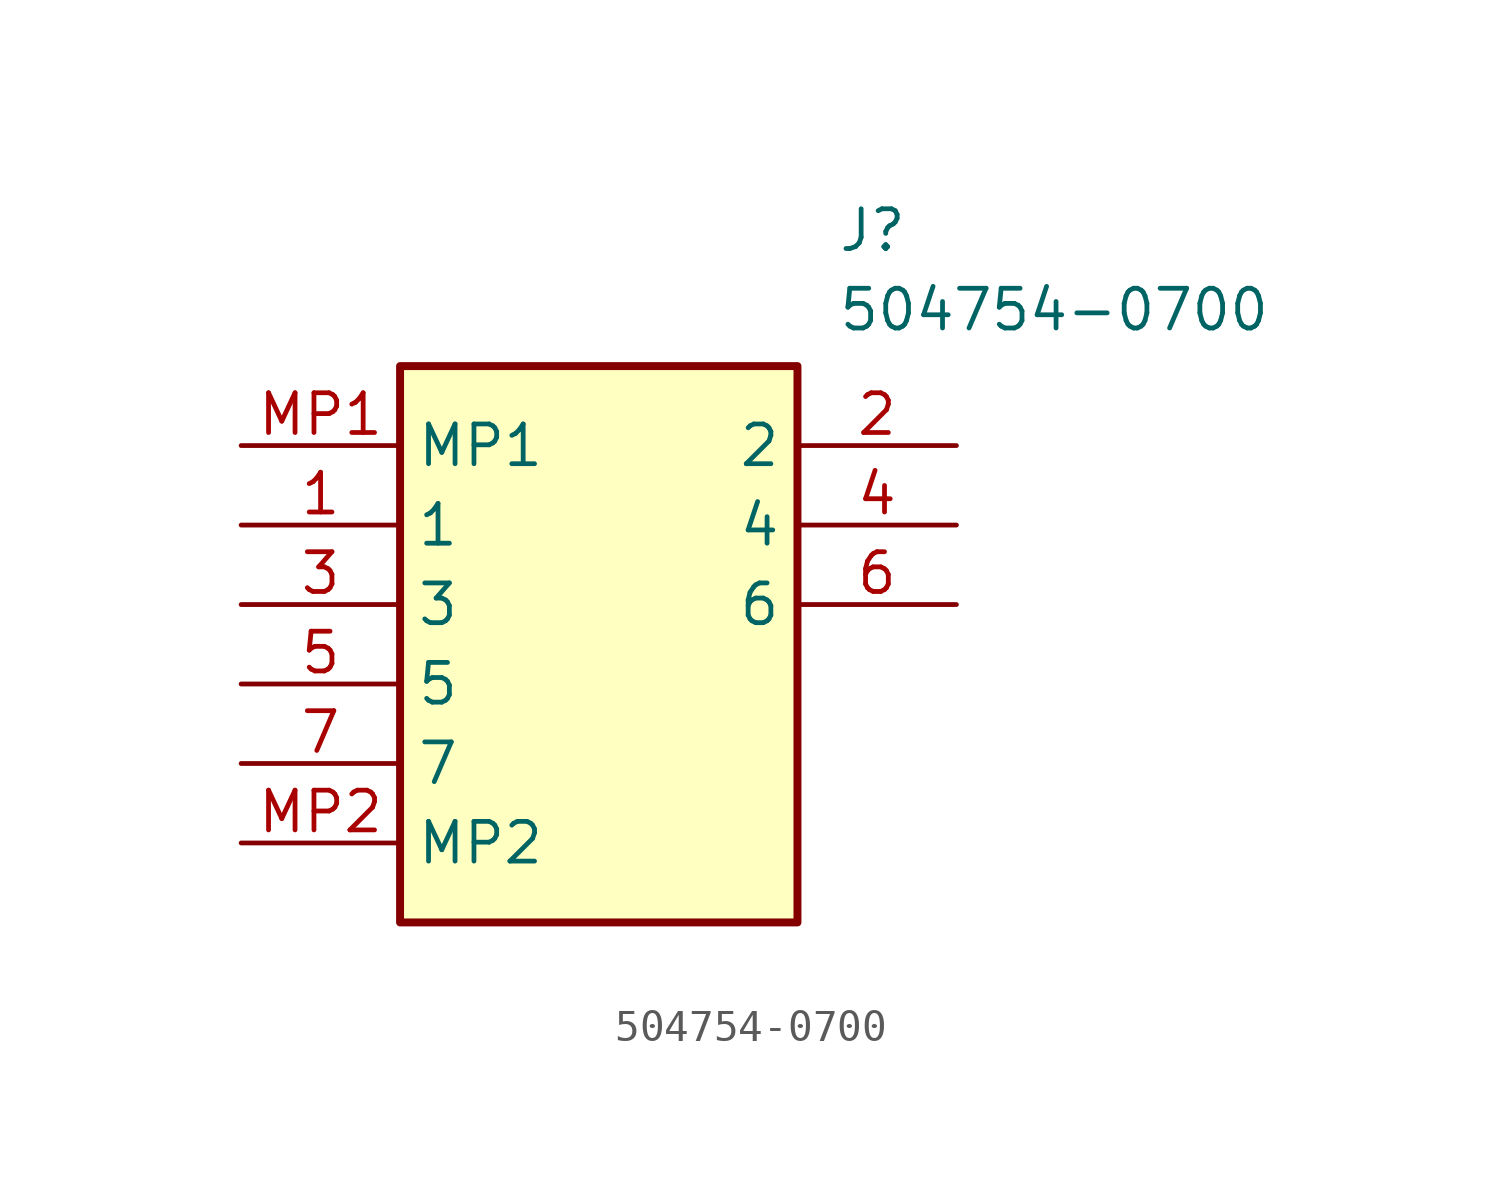
<source format=kicad_sym>
(kicad_symbol_lib
  (version 20211014)
  (generator SamacSys_ECAD_Model)
  (symbol "504754-0700"
    (property "Reference" "J"
      (at 19.05 7.62 0)
      (effects (font (size 1.27 1.27)) (justify left top)))
    (property "Value" "504754-0700"
      (at 19.05 5.08 0)
      (effects (font (size 1.27 1.27)) (justify left top)))
    (rectangle
      (start 5.08 2.54)
      (end 17.78 -15.24)
      (stroke (width 0.254) (type default))
      (fill (type background)))
    (pin passive line
      (at 0 -2.54 0)
      (length 5.08)
      (name "1" (effects (font (size 1.27 1.27))))
      (number "1" (effects (font (size 1.27 1.27)))))
    (pin passive line
      (at 22.86 0 180)
      (length 5.08)
      (name "2" (effects (font (size 1.27 1.27))))
      (number "2" (effects (font (size 1.27 1.27)))))
    (pin passive line
      (at 0 -5.08 0)
      (length 5.08)
      (name "3" (effects (font (size 1.27 1.27))))
      (number "3" (effects (font (size 1.27 1.27)))))
    (pin passive line
      (at 22.86 -2.54 180)
      (length 5.08)
      (name "4" (effects (font (size 1.27 1.27))))
      (number "4" (effects (font (size 1.27 1.27)))))
    (pin passive line
      (at 0 -7.62 0)
      (length 5.08)
      (name "5" (effects (font (size 1.27 1.27))))
      (number "5" (effects (font (size 1.27 1.27)))))
    (pin passive line
      (at 22.86 -5.08 180)
      (length 5.08)
      (name "6" (effects (font (size 1.27 1.27))))
      (number "6" (effects (font (size 1.27 1.27)))))
    (pin passive line
      (at 0 -10.16 0)
      (length 5.08)
      (name "7" (effects (font (size 1.27 1.27))))
      (number "7" (effects (font (size 1.27 1.27)))))
    (pin passive line
      (at 0 0 0)
      (length 5.08)
      (name "MP1" (effects (font (size 1.27 1.27))))
      (number "MP1" (effects (font (size 1.27 1.27)))))
    (pin passive line
      (at 0 -12.7 0)
      (length 5.08)
      (name "MP2" (effects (font (size 1.27 1.27))))
      (number "MP2" (effects (font (size 1.27 1.27)))))))
</source>
